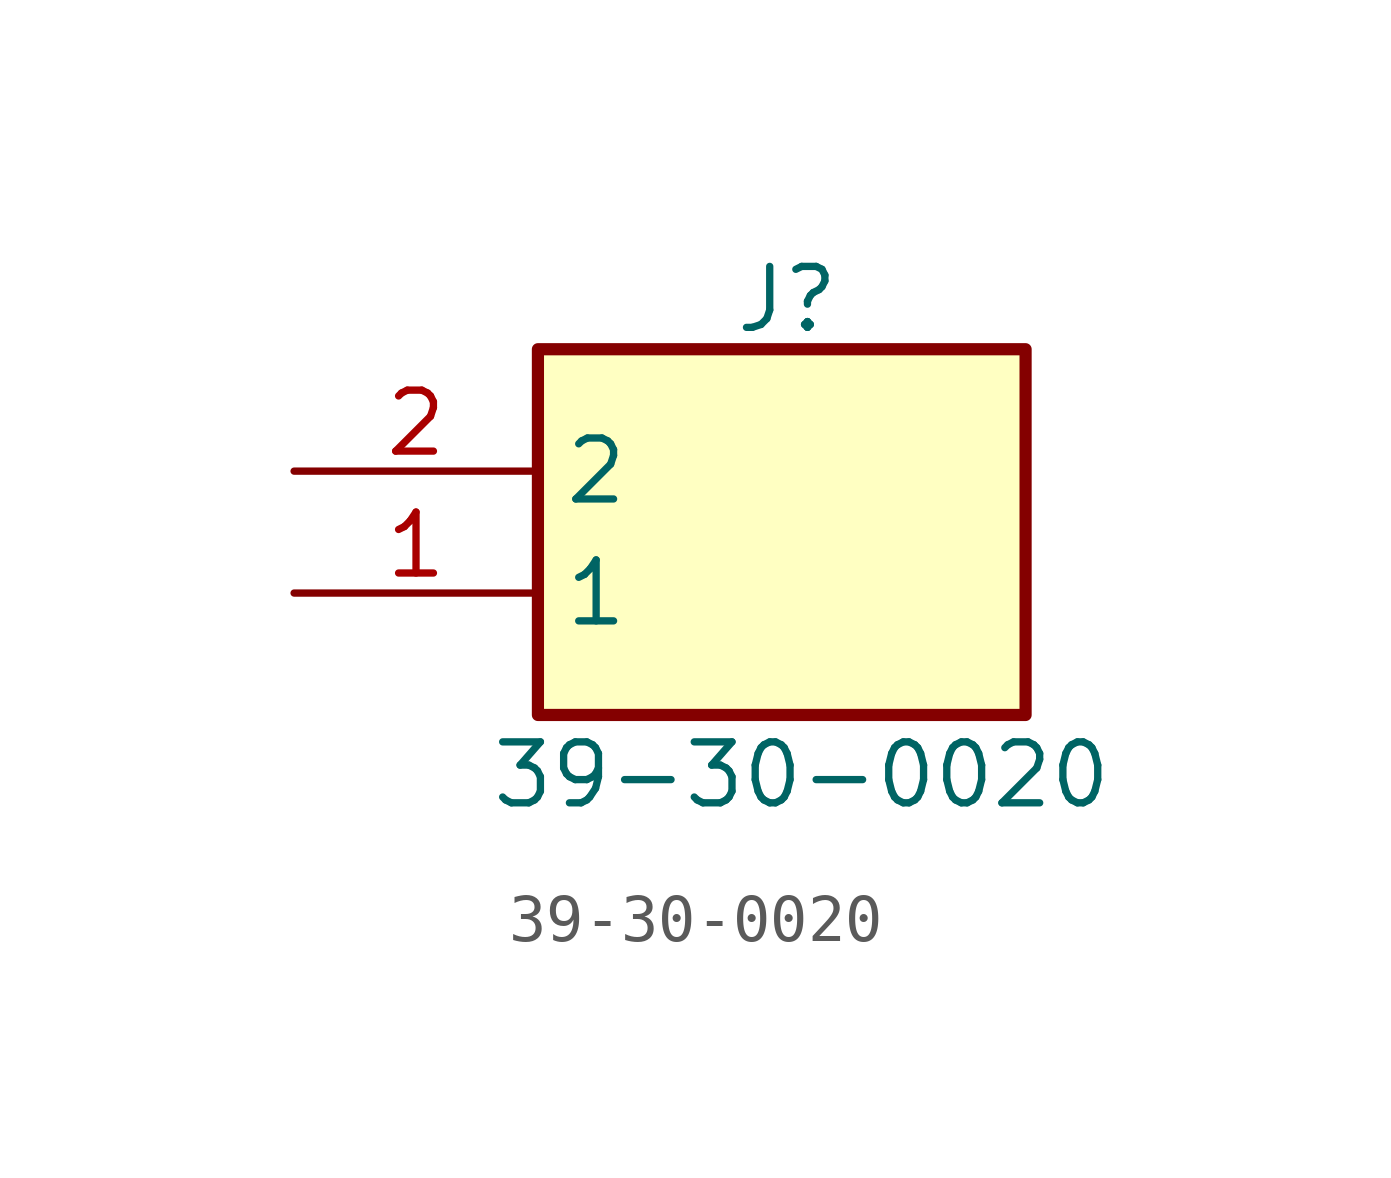
<source format=kicad_sym>
(kicad_symbol_lib
  (version 20231120)
  (generator "kicad_symbol_editor")
  (generator_version "8.0")
  (symbol "39-30-0020"
    (property "Reference" "J"
      (at 9.144 4.318 0)
      (effects (font (size 1.27 1.27)) (justify left top)))
    (property "Value" "39-30-0020"
      (at 4.064 -5.588 0)
      (effects (font (size 1.27 1.27)) (justify left top)))
    (symbol "39-30-0020_1_1"
      (rectangle (start 5.08 2.54) (end 15.24 -5.08) (stroke (width 0.254) (type default)) (fill (type background)))
      (pin passive line (at 0 -2.54 0) (length 5.08) (name "1" (effects (font (size 1.27 1.27)))) (number "1" (effects (font (size 1.27 1.27)))))
      (pin passive line (at 0 0 0) (length 5.08) (name "2" (effects (font (size 1.27 1.27)))) (number "2" (effects (font (size 1.27 1.27))))))))
</source>
